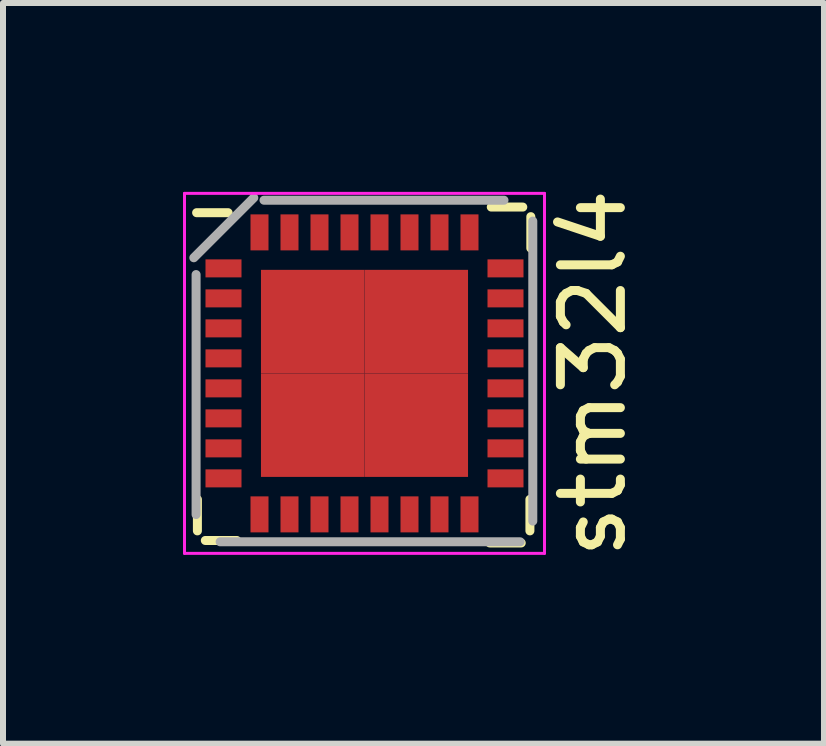
<source format=kicad_pcb>
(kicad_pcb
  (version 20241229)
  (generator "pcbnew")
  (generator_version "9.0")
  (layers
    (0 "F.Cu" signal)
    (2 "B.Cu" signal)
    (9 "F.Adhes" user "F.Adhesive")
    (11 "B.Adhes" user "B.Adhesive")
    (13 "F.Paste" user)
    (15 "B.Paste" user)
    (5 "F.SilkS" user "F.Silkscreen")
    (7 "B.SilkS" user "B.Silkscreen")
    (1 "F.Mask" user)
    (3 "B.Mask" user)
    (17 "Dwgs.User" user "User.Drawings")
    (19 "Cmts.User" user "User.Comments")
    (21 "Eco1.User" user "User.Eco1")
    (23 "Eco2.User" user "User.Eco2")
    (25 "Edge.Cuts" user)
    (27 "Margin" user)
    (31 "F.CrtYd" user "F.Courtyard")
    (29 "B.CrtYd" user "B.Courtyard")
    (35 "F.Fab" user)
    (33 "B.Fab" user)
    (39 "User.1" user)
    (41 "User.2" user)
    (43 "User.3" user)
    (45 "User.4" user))
  (footprint "stm32l4"
    (layer "F.Cu")
    (at 3.025 3.173)
    (property "Reference" "stm32l4" (at 3.81 0 90) (layer "F.SilkS") (effects (font (size 1 1) (thickness 0.15))))
    (attr smd)
    (fp_line (start -2.798 -2.678) (end -2.273 -2.678) (stroke (width 0.15) (type solid)) (layer "F.SilkS"))
    (fp_line (start -2.785 2.625) (end -2.785 2.1) (stroke (width 0.15) (type solid)) (layer "F.SilkS"))
    (fp_line (start -2.653 2.785) (end -2.128 2.785) (stroke (width 0.15) (type solid)) (layer "F.SilkS"))
    (fp_line (start 2.612 2.826) (end 2.087 2.826) (stroke (width 0.15) (type solid)) (layer "F.SilkS"))
    (fp_line (start 2.638 -2.772) (end 2.113 -2.772) (stroke (width 0.15) (type solid)) (layer "F.SilkS"))
    (fp_line (start 2.757 2.625) (end 2.757 2.1) (stroke (width 0.15) (type solid)) (layer "F.SilkS"))
    (fp_line (start 2.772 -2.612) (end 2.772 -2.087) (stroke (width 0.15) (type solid)) (layer "F.SilkS"))
    (fp_line (start -3 -3) (end -3 3) (stroke (width 0.05) (type solid)) (layer "F.CrtYd"))
    (fp_line (start -3 -3) (end 3 -3) (stroke (width 0.05) (type solid)) (layer "F.CrtYd"))
    (fp_line (start -3 3) (end 3 3) (stroke (width 0.05) (type solid)) (layer "F.CrtYd"))
    (fp_line (start 3 -3) (end 3 3) (stroke (width 0.05) (type solid)) (layer "F.CrtYd"))
    (fp_line (start -2.845 -1.927) (end -1.845 -2.927) (stroke (width 0.15) (type solid)) (layer "F.Fab"))
    (fp_line (start -2.807 2.353) (end -2.807 -1.647) (stroke (width 0.15) (type solid)) (layer "F.Fab"))
    (fp_line (start -1.675 -2.886) (end 2.325 -2.886) (stroke (width 0.15) (type solid)) (layer "F.Fab"))
    (fp_line (start 2.594 2.807) (end -2.406 2.807) (stroke (width 0.15) (type solid)) (layer "F.Fab"))
    (fp_line (start 2.805 -2.538) (end 2.805 2.462) (stroke (width 0.15) (type solid)) (layer "F.Fab"))
    (pad "1" smd rect (at -2.35 -1.75) (size 0.6 0.3) (layers "F.Cu" "F.Mask" "F.Paste"))
    (pad "2" smd rect (at -2.35 -1.25) (size 0.6 0.3) (layers "F.Cu" "F.Mask" "F.Paste"))
    (pad "3" smd rect (at -2.35 -0.75) (size 0.6 0.3) (layers "F.Cu" "F.Mask" "F.Paste"))
    (pad "4" smd rect (at -2.35 -0.25) (size 0.6 0.3) (layers "F.Cu" "F.Mask" "F.Paste"))
    (pad "5" smd rect (at -2.35 0.25) (size 0.6 0.3) (layers "F.Cu" "F.Mask" "F.Paste"))
    (pad "6" smd rect (at -2.35 0.75) (size 0.6 0.3) (layers "F.Cu" "F.Mask" "F.Paste"))
    (pad "7" smd rect (at -2.35 1.25) (size 0.6 0.3) (layers "F.Cu" "F.Mask" "F.Paste"))
    (pad "8" smd rect (at -2.35 1.75) (size 0.6 0.3) (layers "F.Cu" "F.Mask" "F.Paste"))
    (pad "9" smd rect (at -1.75 2.35 90) (size 0.6 0.3) (layers "F.Cu" "F.Mask" "F.Paste"))
    (pad "10" smd rect (at -1.25 2.35 90) (size 0.6 0.3) (layers "F.Cu" "F.Mask" "F.Paste"))
    (pad "11" smd rect (at -0.75 2.35 90) (size 0.6 0.3) (layers "F.Cu" "F.Mask" "F.Paste"))
    (pad "12" smd rect (at -0.25 2.35 90) (size 0.6 0.3) (layers "F.Cu" "F.Mask" "F.Paste"))
    (pad "13" smd rect (at 0.25 2.35 90) (size 0.6 0.3) (layers "F.Cu" "F.Mask" "F.Paste"))
    (pad "14" smd rect (at 0.75 2.35 90) (size 0.6 0.3) (layers "F.Cu" "F.Mask" "F.Paste"))
    (pad "15" smd rect (at 1.25 2.35 90) (size 0.6 0.3) (layers "F.Cu" "F.Mask" "F.Paste"))
    (pad "16" smd rect (at 1.75 2.35 90) (size 0.6 0.3) (layers "F.Cu" "F.Mask" "F.Paste"))
    (pad "17" smd rect (at 2.35 1.75) (size 0.6 0.3) (layers "F.Cu" "F.Mask" "F.Paste"))
    (pad "18" smd rect (at 2.35 1.25) (size 0.6 0.3) (layers "F.Cu" "F.Mask" "F.Paste"))
    (pad "19" smd rect (at 2.35 0.75) (size 0.6 0.3) (layers "F.Cu" "F.Mask" "F.Paste"))
    (pad "20" smd rect (at 2.35 0.25) (size 0.6 0.3) (layers "F.Cu" "F.Mask" "F.Paste"))
    (pad "21" smd rect (at 2.35 -0.25) (size 0.6 0.3) (layers "F.Cu" "F.Mask" "F.Paste"))
    (pad "22" smd rect (at 2.35 -0.75) (size 0.6 0.3) (layers "F.Cu" "F.Mask" "F.Paste"))
    (pad "23" smd rect (at 2.35 -1.25) (size 0.6 0.3) (layers "F.Cu" "F.Mask" "F.Paste"))
    (pad "24" smd rect (at 2.35 -1.75) (size 0.6 0.3) (layers "F.Cu" "F.Mask" "F.Paste"))
    (pad "25" smd rect (at 1.75 -2.35 90) (size 0.6 0.3) (layers "F.Cu" "F.Mask" "F.Paste"))
    (pad "26" smd rect (at 1.25 -2.35 90) (size 0.6 0.3) (layers "F.Cu" "F.Mask" "F.Paste"))
    (pad "27" smd rect (at 0.75 -2.35 90) (size 0.6 0.3) (layers "F.Cu" "F.Mask" "F.Paste"))
    (pad "28" smd rect (at 0.25 -2.35 90) (size 0.6 0.3) (layers "F.Cu" "F.Mask" "F.Paste"))
    (pad "29" smd rect (at -0.25 -2.35 90) (size 0.6 0.3) (layers "F.Cu" "F.Mask" "F.Paste"))
    (pad "30" smd rect (at -0.75 -2.35 90) (size 0.6 0.3) (layers "F.Cu" "F.Mask" "F.Paste"))
    (pad "31" smd rect (at -1.25 -2.35 90) (size 0.6 0.3) (layers "F.Cu" "F.Mask" "F.Paste"))
    (pad "32" smd rect (at -1.75 -2.35 90) (size 0.6 0.3) (layers "F.Cu" "F.Mask" "F.Paste"))
    (pad "33" smd rect (at -0.863 -0.863) (size 1.725 1.725) (layers "F.Cu" "F.Mask" "F.Paste"))
    (pad "33" smd rect (at -0.863 0.863) (size 1.725 1.725) (layers "F.Cu" "F.Mask" "F.Paste"))
    (pad "33" smd rect (at 0.863 -0.863) (size 1.725 1.725) (layers "F.Cu" "F.Mask" "F.Paste"))
    (pad "33" smd rect (at 0.863 0.863) (size 1.725 1.725) (layers "F.Cu" "F.Mask" "F.Paste")))
  (gr_rect
    (start -3 -3)
    (end 10.683 9.345)
    (stroke (width 0.1) (type default))
    (fill no)
    (layer "Edge.Cuts")))
</source>
